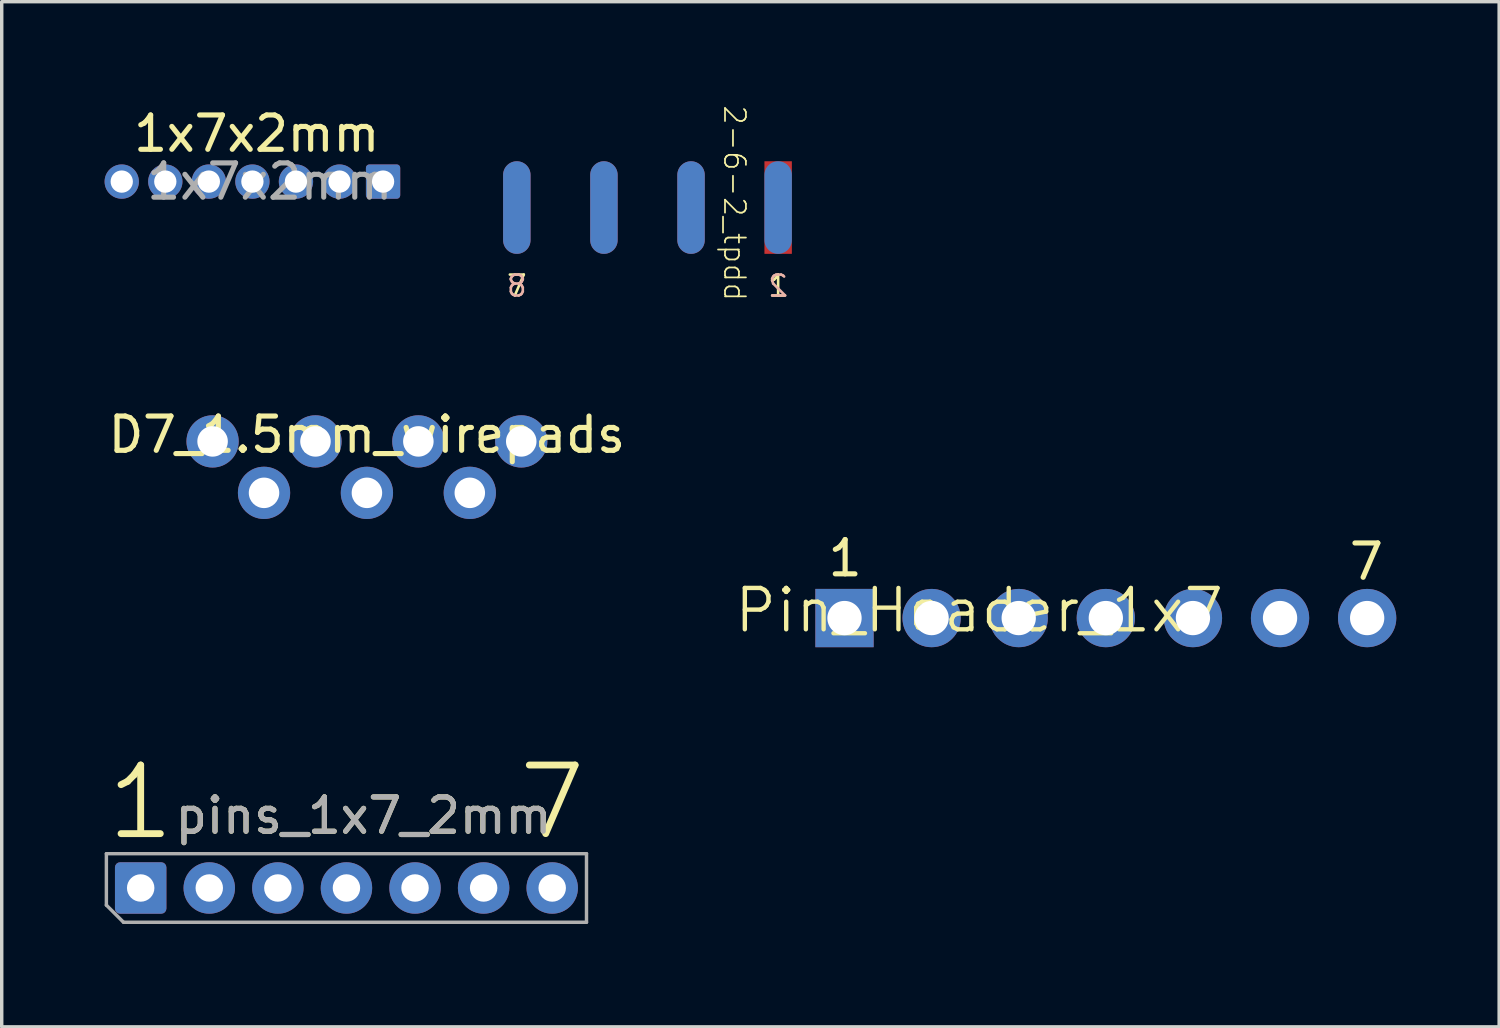
<source format=kicad_pcb>
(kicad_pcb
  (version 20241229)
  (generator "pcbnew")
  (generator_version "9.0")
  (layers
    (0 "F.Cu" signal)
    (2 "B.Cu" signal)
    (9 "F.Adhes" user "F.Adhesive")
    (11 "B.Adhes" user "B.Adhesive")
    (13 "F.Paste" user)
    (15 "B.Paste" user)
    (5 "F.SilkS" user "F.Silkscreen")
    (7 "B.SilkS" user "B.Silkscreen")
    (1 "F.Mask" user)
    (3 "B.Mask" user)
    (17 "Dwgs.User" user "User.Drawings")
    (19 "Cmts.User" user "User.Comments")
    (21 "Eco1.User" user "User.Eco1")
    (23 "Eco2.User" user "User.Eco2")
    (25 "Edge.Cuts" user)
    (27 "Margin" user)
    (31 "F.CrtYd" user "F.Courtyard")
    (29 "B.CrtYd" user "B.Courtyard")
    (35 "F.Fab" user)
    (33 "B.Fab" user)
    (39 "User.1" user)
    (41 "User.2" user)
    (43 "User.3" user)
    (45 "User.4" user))
  (footprint "pins_1x7_2mm"
    (layer "F.Cu")
    (at 7.052 22.843)
    (property "Reference" "pins_1x7_2mm" (at 0.5 -2.11 0) (layer "F.SilkS") (effects (font (size 1 1) (thickness 0.15))))
    (attr through_hole)
    (fp_line (start -7 -1) (end 7 -1) (stroke (width 0.1) (type solid)) (layer "F.Fab"))
    (fp_line (start -7 0.5) (end -7 -1) (stroke (width 0.1) (type solid)) (layer "F.Fab"))
    (fp_line (start -6.5 1) (end -7 0.5) (stroke (width 0.1) (type solid)) (layer "F.Fab"))
    (fp_line (start 7 -1) (end 7 1) (stroke (width 0.1) (type solid)) (layer "F.Fab"))
    (fp_line (start 7 1) (end -6.5 1) (stroke (width 0.1) (type solid)) (layer "F.Fab"))
    (fp_text user "7" (at 6 -2.5 0) (unlocked yes) (layer "F.SilkS") (effects (font (size 2 2) (thickness 0.2))))
    (fp_text user "1" (at -6 -2.5 0) (unlocked yes) (layer "F.SilkS") (effects (font (size 2 2) (thickness 0.2))))
    (fp_text user "${REFERENCE}" (at 0.5 -2.11 180) (layer "F.Fab") (effects (font (size 1 1) (thickness 0.15))))
    (pad "1" thru_hole roundrect (at -6 0 90) (size 1.5 1.5) (drill 0.8) (layers "*.Cu" "*.Mask") (roundrect_rratio 0.1))
    (pad "2" thru_hole circle (at -4 0 90) (size 1.5 1.5) (drill 0.8) (layers "*.Cu" "*.Mask"))
    (pad "3" thru_hole circle (at -2 0 90) (size 1.5 1.5) (drill 0.8) (layers "*.Cu" "*.Mask"))
    (pad "4" thru_hole circle (at 0 0 90) (size 1.5 1.5) (drill 0.8) (layers "*.Cu" "*.Mask"))
    (pad "5" thru_hole circle (at 2 0 90) (size 1.5 1.5) (drill 0.8) (layers "*.Cu" "*.Mask"))
    (pad "6" thru_hole circle (at 4 0 90) (size 1.5 1.5) (drill 0.8) (layers "*.Cu" "*.Mask"))
    (pad "7" thru_hole circle (at 6 0 90) (size 1.5 1.5) (drill 0.8) (layers "*.Cu" "*.Mask")))
  (footprint "1x7x2mm"
    (layer "F.Cu")
    (at 5.58 0.467)
    (property "Reference" "1x7x2mm" (at -1.143 0.381 0) (layer "F.SilkS") (effects (font (size 1 1) (thickness 0.15))))
    (attr through_hole)
    (fp_text user "${REFERENCE}" (at -0.762 1.778 0) (layer "F.Fab") (effects (font (size 1 1) (thickness 0.15))))
    (pad "1" thru_hole roundrect (at 2.54 1.778 270) (size 1 1) (drill 0.65) (layers "*.Cu" "*.Mask") (roundrect_rratio 0.1))
    (pad "2" thru_hole oval (at 1.27 1.778 270) (size 1 1) (drill 0.65) (layers "*.Cu" "*.Mask"))
    (pad "3" thru_hole oval (at 0 1.778 270) (size 1 1) (drill 0.65) (layers "*.Cu" "*.Mask"))
    (pad "4" thru_hole oval (at -1.27 1.778 270) (size 1 1) (drill 0.65) (layers "*.Cu" "*.Mask"))
    (pad "5" thru_hole oval (at -2.54 1.778 270) (size 1 1) (drill 0.65) (layers "*.Cu" "*.Mask"))
    (pad "6" thru_hole oval (at -3.81 1.778 270) (size 1 1) (drill 0.65) (layers "*.Cu" "*.Mask"))
    (pad "7" thru_hole oval (at -5.08 1.778 270) (size 1 1) (drill 0.65) (layers "*.Cu" "*.Mask")))
  (footprint "D7_1.5mm_wirepads"
    (layer "F.Cu")
    (at 7.649 10.571)
    (property "Reference" "D7_1.5mm_wirepads" (at 0 -0.945 0) (layer "F.SilkS") (effects (font (size 1 1) (thickness 0.15))))
    (attr through_hole)
    (pad "1" thru_hole circle (at -4.5 -0.75 270) (size 1.524 1.524) (drill 0.889) (layers "*.Cu" "*.Mask"))
    (pad "2" thru_hole circle (at -3 0.75 270) (size 1.524 1.524) (drill 0.889) (layers "*.Cu" "*.Mask"))
    (pad "3" thru_hole circle (at -1.5 -0.75 270) (size 1.524 1.524) (drill 0.889) (layers "*.Cu" "*.Mask"))
    (pad "4" thru_hole circle (at 0 0.75 270) (size 1.524 1.524) (drill 0.889) (layers "*.Cu" "*.Mask"))
    (pad "5" thru_hole circle (at 1.5 -0.75 270) (size 1.524 1.524) (drill 0.889) (layers "*.Cu" "*.Mask"))
    (pad "6" thru_hole circle (at 3 0.75 270) (size 1.524 1.524) (drill 0.889) (layers "*.Cu" "*.Mask"))
    (pad "7" thru_hole circle (at 4.5 -0.75 270) (size 1.524 1.524) (drill 0.889) (layers "*.Cu" "*.Mask")))
  (footprint "Pin_Header_1x7"
    (layer "F.Cu")
    (at 29.093 9.028)
    (property "Reference" "Pin_Header_1x7" (at -10.795 6.426 0) (layer "F.SilkS") (effects (font (size 1.206 1.206) (thickness 0.127)) (justify left bottom)))
    (attr through_hole)
    (fp_text user "7" (at 7.7 4.3 0) (unlocked yes) (layer "F.SilkS") (effects (font (size 1 1) (thickness 0.15))))
    (fp_text user "1" (at -7.5 4.2 0) (unlocked yes) (layer "F.SilkS") (effects (font (size 1 1) (thickness 0.15))))
    (pad "1" thru_hole rect (at -7.518 5.944 90) (size 1.7 1.7) (drill 1) (layers "*.Cu" "*.Mask"))
    (pad "2" thru_hole oval (at -4.978 5.944 90) (size 1.7 1.7) (drill 1) (layers "*.Cu" "*.Mask"))
    (pad "3" thru_hole oval (at -2.438 5.944 90) (size 1.7 1.7) (drill 1) (layers "*.Cu" "*.Mask"))
    (pad "4" thru_hole oval (at 0.102 5.944 90) (size 1.7 1.7) (drill 1) (layers "*.Cu" "*.Mask"))
    (pad "5" thru_hole oval (at 2.642 5.944 90) (size 1.7 1.7) (drill 1) (layers "*.Cu" "*.Mask"))
    (pad "6" thru_hole oval (at 5.182 5.944 90) (size 1.7 1.7) (drill 1) (layers "*.Cu" "*.Mask"))
    (pad "7" thru_hole oval (at 7.722 5.944 90) (size 1.7 1.7) (drill 1) (layers "*.Cu" "*.Mask")))
  (footprint "2-6-2_tpdd"
    (layer "F.Cu")
    (at 19.64 3.002)
    (property "Reference" "2-6-2_tpdd" (at -1.27 -0.127 270) (unlocked yes) (layer "F.SilkS") (effects (font (size 0.61 0.61) (thickness 0.051))))
    (attr smd)
    (fp_text user "7" (at -7.62 2.286 0) (unlocked yes) (layer "F.SilkS") (effects (font (size 0.61 0.61) (thickness 0.076))))
    (fp_text user "1" (at 0 2.286 0) (unlocked yes) (layer "F.SilkS") (effects (font (size 0.61 0.61) (thickness 0.076))))
    (fp_text user "2" (at 0 2.286 0) (unlocked yes) (layer "B.SilkS") (effects (font (size 0.61 0.61) (thickness 0.076)) (justify mirror)))
    (fp_text user "8" (at -7.62 2.286 0) (unlocked yes) (layer "B.SilkS") (effects (font (size 0.61 0.61) (thickness 0.076)) (justify mirror)))
    (pad "1" smd rect (at 0 0) (size 0.8 2.7) (layers "F.Cu" "F.Mask" "F.Paste"))
    (pad "2" smd oval (at 0 0) (size 0.8 2.7) (layers "B.Cu" "B.Mask"))
    (pad "3" smd oval (at -2.54 0) (size 0.8 2.7) (layers "F.Cu" "F.Mask" "F.Paste"))
    (pad "4" smd oval (at -2.54 0) (size 0.8 2.7) (layers "B.Cu" "B.Mask"))
    (pad "5" smd oval (at -5.08 0) (size 0.8 2.7) (layers "F.Cu" "F.Mask" "F.Paste"))
    (pad "6" smd oval (at -5.08 0) (size 0.8 2.7) (layers "B.Cu" "B.Mask"))
    (pad "7" smd oval (at -7.62 0) (size 0.8 2.7) (layers "F.Cu" "F.Mask" "F.Paste"))
    (pad "8" smd oval (at -7.62 0) (size 0.8 2.7) (layers "B.Cu" "B.Mask")))
  (gr_rect
    (start -3 -3)
    (end 40.664 26.893)
    (stroke (width 0.1) (type default))
    (fill no)
    (layer "Edge.Cuts")))
</source>
